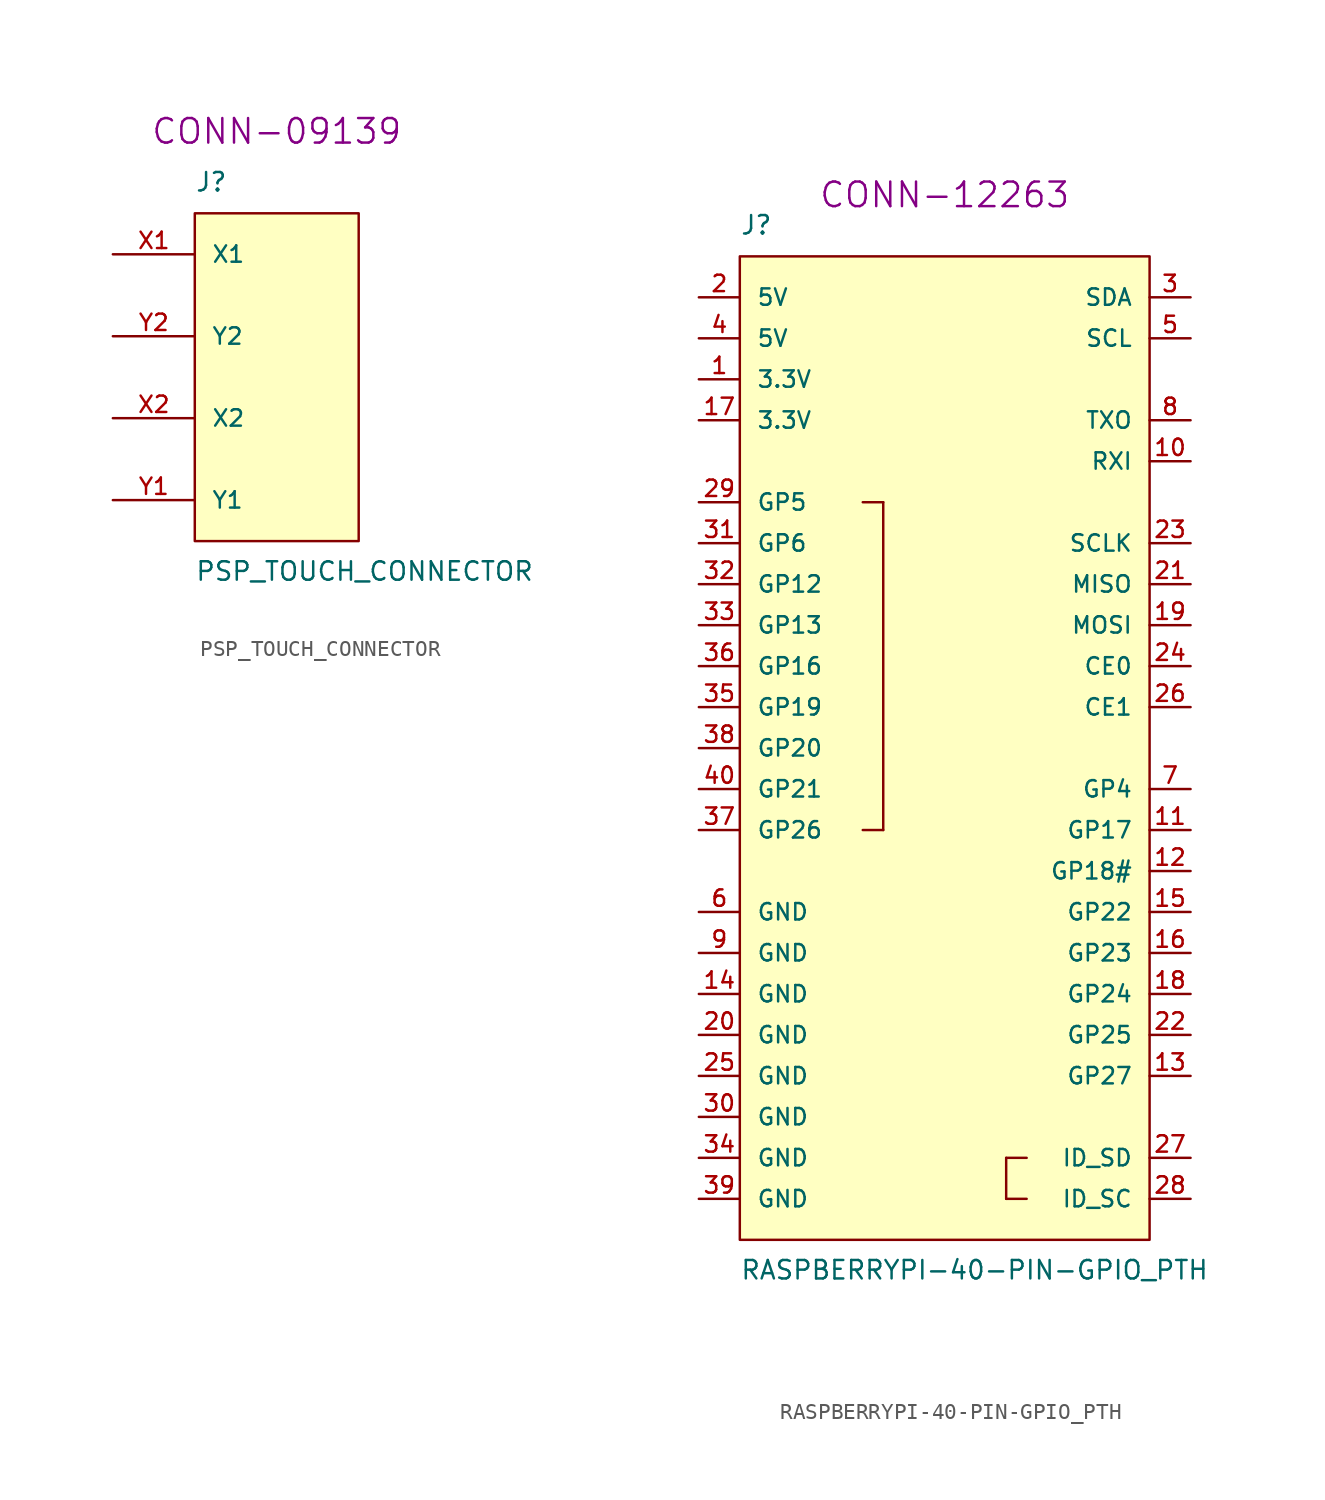
<source format=kicad_sym>
(kicad_symbol_lib
  (version 20220914)
  (generator kicad_symbol_editor)
  (symbol "PSP_TOUCH_CONNECTOR"
    (pin_names
      (offset 1.016))
    (property "Reference" "J"
      (at -5.08 11.43 0)
      (effects (font (size 1.143 1.143)) (justify left bottom)))
    (property "Value" "PSP_TOUCH_CONNECTOR"
      (at -5.08 -12.7 0)
      (effects (font (size 1.143 1.143)) (justify left bottom)))
    (property "Field4" "CONN-09139"
      (at 0 15.24 0)
      (effects (font (size 1.524 1.524))))
    (property "ki_locked" ""
      (at 0 0 0)
      (effects (font (size 1.27 1.27))))
    (symbol "PSP_TOUCH_CONNECTOR_1_1"
      (polyline (pts (xy -5.08 -10.16) (xy 5.08 -10.16) (xy 5.08 10.16) (xy -5.08 10.16) (xy -5.08 -10.16)) (stroke (width 0) (type solid)) (fill (type background)))
      (pin bidirectional line (at -10.16 7.62 0) (length 5.08) (name "X1" (effects (font (size 1.016 1.016)))) (number "X1" (effects (font (size 1.016 1.016)))))
      (pin bidirectional line (at -10.16 -2.54 0) (length 5.08) (name "X2" (effects (font (size 1.016 1.016)))) (number "X2" (effects (font (size 1.016 1.016)))))
      (pin bidirectional line (at -10.16 -7.62 0) (length 5.08) (name "Y1" (effects (font (size 1.016 1.016)))) (number "Y1" (effects (font (size 1.016 1.016)))))
      (pin bidirectional line (at -10.16 2.54 0) (length 5.08) (name "Y2" (effects (font (size 1.016 1.016)))) (number "Y2" (effects (font (size 1.016 1.016)))))))
  (symbol "RASPBERRYPI-40-PIN-GPIO_PTH"
    (pin_names
      (offset 1.016))
    (property "Reference" "J"
      (at -12.7 31.75 0)
      (effects (font (size 1.143 1.143)) (justify left bottom)))
    (property "Value" "RASPBERRYPI-40-PIN-GPIO_PTH"
      (at -12.7 -33.02 0)
      (effects (font (size 1.143 1.143)) (justify left bottom)))
    (property "Field4" "CONN-12263"
      (at 0 34.29 0)
      (effects (font (size 1.524 1.524))))
    (property "ki_locked" ""
      (at 0 0 0)
      (effects (font (size 1.27 1.27))))
    (symbol "RASPBERRYPI-40-PIN-GPIO_PTH_0_1"
      (polyline (pts (xy -3.81 -5.08) (xy -5.08 -5.08)) (stroke (width 0) (type solid)) (fill (type none)))
      (polyline (pts (xy -3.81 15.24) (xy -5.08 15.24)) (stroke (width 0) (type solid)) (fill (type none)))
      (polyline (pts (xy 3.81 -27.94) (xy 5.08 -27.94)) (stroke (width 0) (type solid)) (fill (type none)))
      (polyline (pts (xy 3.81 -25.4) (xy 3.81 -27.94)) (stroke (width 0) (type solid)) (fill (type none)))
      (polyline (pts (xy 3.81 -25.4) (xy 5.08 -25.4)) (stroke (width 0) (type solid)) (fill (type none))))
    (symbol "RASPBERRYPI-40-PIN-GPIO_PTH_1_0"
      (polyline (pts (xy -3.81 15.24) (xy -3.81 -5.08)) (stroke (width 0) (type solid)) (fill (type none))))
    (symbol "RASPBERRYPI-40-PIN-GPIO_PTH_1_1"
      (polyline (pts (xy -12.7 30.48) (xy 12.7 30.48) (xy 12.7 -30.48) (xy -12.7 -30.48) (xy -12.7 30.48)) (stroke (width 0) (type solid)) (fill (type background)))
      (pin power_in line (at -15.24 22.86 0) (length 2.54) (name "3.3V" (effects (font (size 1.016 1.016)))) (number "1" (effects (font (size 1.016 1.016)))))
      (pin input line (at 15.24 17.78 180) (length 2.54) (name "RXI" (effects (font (size 1.016 1.016)))) (number "10" (effects (font (size 1.016 1.016)))))
      (pin bidirectional line (at 15.24 -5.08 180) (length 2.54) (name "GP17" (effects (font (size 1.016 1.016)))) (number "11" (effects (font (size 1.016 1.016)))))
      (pin bidirectional line (at 15.24 -7.62 180) (length 2.54) (name "GP18#" (effects (font (size 1.016 1.016)))) (number "12" (effects (font (size 1.016 1.016)))))
      (pin bidirectional line (at 15.24 -20.32 180) (length 2.54) (name "GP27" (effects (font (size 1.016 1.016)))) (number "13" (effects (font (size 1.016 1.016)))))
      (pin power_in line (at -15.24 -15.24 0) (length 2.54) (name "GND" (effects (font (size 1.016 1.016)))) (number "14" (effects (font (size 1.016 1.016)))))
      (pin bidirectional line (at 15.24 -10.16 180) (length 2.54) (name "GP22" (effects (font (size 1.016 1.016)))) (number "15" (effects (font (size 1.016 1.016)))))
      (pin bidirectional line (at 15.24 -12.7 180) (length 2.54) (name "GP23" (effects (font (size 1.016 1.016)))) (number "16" (effects (font (size 1.016 1.016)))))
      (pin power_in line (at -15.24 20.32 0) (length 2.54) (name "3.3V" (effects (font (size 1.016 1.016)))) (number "17" (effects (font (size 1.016 1.016)))))
      (pin bidirectional line (at 15.24 -15.24 180) (length 2.54) (name "GP24" (effects (font (size 1.016 1.016)))) (number "18" (effects (font (size 1.016 1.016)))))
      (pin output line (at 15.24 7.62 180) (length 2.54) (name "MOSI" (effects (font (size 1.016 1.016)))) (number "19" (effects (font (size 1.016 1.016)))))
      (pin power_in line (at -15.24 27.94 0) (length 2.54) (name "5V" (effects (font (size 1.016 1.016)))) (number "2" (effects (font (size 1.016 1.016)))))
      (pin power_in line (at -15.24 -17.78 0) (length 2.54) (name "GND" (effects (font (size 1.016 1.016)))) (number "20" (effects (font (size 1.016 1.016)))))
      (pin input line (at 15.24 10.16 180) (length 2.54) (name "MISO" (effects (font (size 1.016 1.016)))) (number "21" (effects (font (size 1.016 1.016)))))
      (pin bidirectional line (at 15.24 -17.78 180) (length 2.54) (name "GP25" (effects (font (size 1.016 1.016)))) (number "22" (effects (font (size 1.016 1.016)))))
      (pin output line (at 15.24 12.7 180) (length 2.54) (name "SCLK" (effects (font (size 1.016 1.016)))) (number "23" (effects (font (size 1.016 1.016)))))
      (pin output line (at 15.24 5.08 180) (length 2.54) (name "CE0" (effects (font (size 1.016 1.016)))) (number "24" (effects (font (size 1.016 1.016)))))
      (pin power_in line (at -15.24 -20.32 0) (length 2.54) (name "GND" (effects (font (size 1.016 1.016)))) (number "25" (effects (font (size 1.016 1.016)))))
      (pin output line (at 15.24 2.54 180) (length 2.54) (name "CE1" (effects (font (size 1.016 1.016)))) (number "26" (effects (font (size 1.016 1.016)))))
      (pin bidirectional line (at 15.24 -25.4 180) (length 2.54) (name "ID_SD" (effects (font (size 1.016 1.016)))) (number "27" (effects (font (size 1.016 1.016)))))
      (pin bidirectional line (at 15.24 -27.94 180) (length 2.54) (name "ID_SC" (effects (font (size 1.016 1.016)))) (number "28" (effects (font (size 1.016 1.016)))))
      (pin bidirectional line (at -15.24 15.24 0) (length 2.54) (name "GP5" (effects (font (size 1.016 1.016)))) (number "29" (effects (font (size 1.016 1.016)))))
      (pin bidirectional line (at 15.24 27.94 180) (length 2.54) (name "SDA" (effects (font (size 1.016 1.016)))) (number "3" (effects (font (size 1.016 1.016)))))
      (pin power_in line (at -15.24 -22.86 0) (length 2.54) (name "GND" (effects (font (size 1.016 1.016)))) (number "30" (effects (font (size 1.016 1.016)))))
      (pin bidirectional line (at -15.24 12.7 0) (length 2.54) (name "GP6" (effects (font (size 1.016 1.016)))) (number "31" (effects (font (size 1.016 1.016)))))
      (pin bidirectional line (at -15.24 10.16 0) (length 2.54) (name "GP12" (effects (font (size 1.016 1.016)))) (number "32" (effects (font (size 1.016 1.016)))))
      (pin bidirectional line (at -15.24 7.62 0) (length 2.54) (name "GP13" (effects (font (size 1.016 1.016)))) (number "33" (effects (font (size 1.016 1.016)))))
      (pin power_in line (at -15.24 -25.4 0) (length 2.54) (name "GND" (effects (font (size 1.016 1.016)))) (number "34" (effects (font (size 1.016 1.016)))))
      (pin bidirectional line (at -15.24 2.54 0) (length 2.54) (name "GP19" (effects (font (size 1.016 1.016)))) (number "35" (effects (font (size 1.016 1.016)))))
      (pin bidirectional line (at -15.24 5.08 0) (length 2.54) (name "GP16" (effects (font (size 1.016 1.016)))) (number "36" (effects (font (size 1.016 1.016)))))
      (pin bidirectional line (at -15.24 -5.08 0) (length 2.54) (name "GP26" (effects (font (size 1.016 1.016)))) (number "37" (effects (font (size 1.016 1.016)))))
      (pin bidirectional line (at -15.24 0 0) (length 2.54) (name "GP20" (effects (font (size 1.016 1.016)))) (number "38" (effects (font (size 1.016 1.016)))))
      (pin power_in line (at -15.24 -27.94 0) (length 2.54) (name "GND" (effects (font (size 1.016 1.016)))) (number "39" (effects (font (size 1.016 1.016)))))
      (pin power_in line (at -15.24 25.4 0) (length 2.54) (name "5V" (effects (font (size 1.016 1.016)))) (number "4" (effects (font (size 1.016 1.016)))))
      (pin bidirectional line (at -15.24 -2.54 0) (length 2.54) (name "GP21" (effects (font (size 1.016 1.016)))) (number "40" (effects (font (size 1.016 1.016)))))
      (pin bidirectional line (at 15.24 25.4 180) (length 2.54) (name "SCL" (effects (font (size 1.016 1.016)))) (number "5" (effects (font (size 1.016 1.016)))))
      (pin power_in line (at -15.24 -10.16 0) (length 2.54) (name "GND" (effects (font (size 1.016 1.016)))) (number "6" (effects (font (size 1.016 1.016)))))
      (pin bidirectional line (at 15.24 -2.54 180) (length 2.54) (name "GP4" (effects (font (size 1.016 1.016)))) (number "7" (effects (font (size 1.016 1.016)))))
      (pin output line (at 15.24 20.32 180) (length 2.54) (name "TXO" (effects (font (size 1.016 1.016)))) (number "8" (effects (font (size 1.016 1.016)))))
      (pin power_in line (at -15.24 -12.7 0) (length 2.54) (name "GND" (effects (font (size 1.016 1.016)))) (number "9" (effects (font (size 1.016 1.016))))))))
</source>
